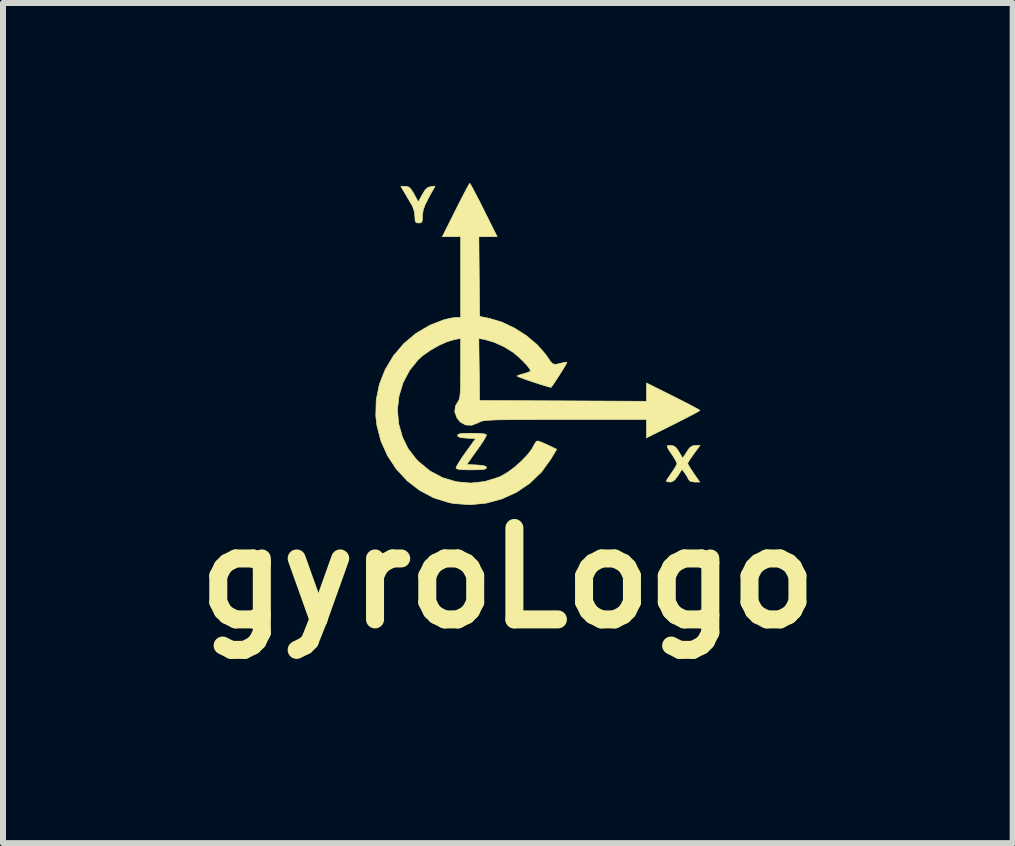
<source format=kicad_pcb>
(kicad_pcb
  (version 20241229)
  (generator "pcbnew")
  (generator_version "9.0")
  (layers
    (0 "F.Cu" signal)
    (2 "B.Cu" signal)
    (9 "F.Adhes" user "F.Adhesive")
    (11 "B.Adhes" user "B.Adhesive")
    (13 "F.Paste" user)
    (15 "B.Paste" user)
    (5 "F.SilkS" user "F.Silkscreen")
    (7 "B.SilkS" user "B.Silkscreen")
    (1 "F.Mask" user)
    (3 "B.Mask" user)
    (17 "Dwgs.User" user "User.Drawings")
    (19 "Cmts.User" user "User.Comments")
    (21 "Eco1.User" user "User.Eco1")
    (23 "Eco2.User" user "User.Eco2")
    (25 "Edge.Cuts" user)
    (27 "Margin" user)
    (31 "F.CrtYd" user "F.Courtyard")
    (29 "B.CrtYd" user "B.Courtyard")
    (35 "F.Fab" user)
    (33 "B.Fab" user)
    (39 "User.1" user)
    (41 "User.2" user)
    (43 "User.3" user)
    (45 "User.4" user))
  (footprint "gyroLogo"
    (layer "F.Cu")
    (at 5.922 2.774)
    (property "Reference" "gyroLogo" (at -0.508 3.81 0) (layer "F.SilkS") (effects (font (size 1.524 1.524) (thickness 0.3))))
    (attr through_hole)
    (fp_poly (pts (xy -1.826 -2.532) (xy -1.884 -2.418) (xy -1.917 -2.329) (xy -1.93 -2.25) (xy -1.93 -2.226) (xy -1.933 -2.154) (xy -1.945 -2.119) (xy -1.974 -2.109) (xy -1.994 -2.108) (xy -2.034 -2.113) (xy -2.052 -2.138) (xy -2.057 -2.196) (xy -2.057 -2.216) (xy -2.069 -2.305) (xy -2.097 -2.388) (xy -2.104 -2.4) (xy -2.144 -2.468) (xy -2.195 -2.554) (xy -2.22 -2.597) (xy -2.291 -2.718) (xy -2.216 -2.718) (xy -2.169 -2.711) (xy -2.132 -2.684) (xy -2.092 -2.625) (xy -2.071 -2.588) (xy -2 -2.458) (xy -1.934 -2.581) (xy -1.886 -2.659) (xy -1.842 -2.699) (xy -1.794 -2.713) (xy -1.721 -2.722) (xy -1.826 -2.532)) (stroke (width 0.01) (type solid)) (fill yes) (layer "F.SilkS"))
    (fp_poly (pts (xy -0.984 1.399) (xy -0.908 1.406) (xy -0.87 1.418) (xy -0.864 1.429) (xy -0.879 1.461) (xy -0.917 1.525) (xy -0.974 1.61) (xy -1.03 1.689) (xy -1.194 1.918) (xy -1.029 1.925) (xy -0.934 1.933) (xy -0.882 1.946) (xy -0.864 1.966) (xy -0.864 1.97) (xy -0.873 1.987) (xy -0.906 1.998) (xy -0.971 2.004) (xy -1.077 2.006) (xy -1.118 2.007) (xy -1.239 2.005) (xy -1.317 2) (xy -1.359 1.989) (xy -1.372 1.973) (xy -1.372 1.972) (xy -1.357 1.939) (xy -1.319 1.875) (xy -1.263 1.789) (xy -1.208 1.712) (xy -1.045 1.486) (xy -1.195 1.478) (xy -1.286 1.47) (xy -1.333 1.455) (xy -1.346 1.434) (xy -1.337 1.416) (xy -1.303 1.405) (xy -1.236 1.399) (xy -1.127 1.397) (xy -1.105 1.397) (xy -0.984 1.399)) (stroke (width 0.01) (type solid)) (fill yes) (layer "F.SilkS"))
    (fp_poly (pts (xy 2.592 1.739) (xy 2.54 1.812) (xy 2.503 1.87) (xy 2.489 1.9) (xy 2.503 1.93) (xy 2.539 1.989) (xy 2.589 2.064) (xy 2.59 2.066) (xy 2.691 2.21) (xy 2.604 2.21) (xy 2.534 2.198) (xy 2.503 2.165) (xy 2.477 2.113) (xy 2.441 2.059) (xy 2.394 1.998) (xy 2.327 2.104) (xy 2.273 2.175) (xy 2.223 2.206) (xy 2.197 2.21) (xy 2.149 2.204) (xy 2.134 2.194) (xy 2.147 2.166) (xy 2.183 2.111) (xy 2.223 2.054) (xy 2.27 1.984) (xy 2.302 1.928) (xy 2.311 1.903) (xy 2.298 1.868) (xy 2.264 1.808) (xy 2.24 1.77) (xy 2.183 1.686) (xy 2.153 1.636) (xy 2.148 1.61) (xy 2.166 1.601) (xy 2.206 1.6) (xy 2.259 1.609) (xy 2.301 1.643) (xy 2.344 1.707) (xy 2.406 1.813) (xy 2.474 1.707) (xy 2.522 1.639) (xy 2.567 1.608) (xy 2.617 1.6) (xy 2.694 1.6) (xy 2.592 1.739)) (stroke (width 0.01) (type solid)) (fill yes) (layer "F.SilkS"))
    (fp_poly (pts (xy -1.128 -2.747) (xy -1.094 -2.687) (xy -1.046 -2.595) (xy -0.985 -2.478) (xy -0.917 -2.343) (xy -0.908 -2.324) (xy -0.686 -1.88) (xy -0.839 -1.88) (xy -0.991 -1.88) (xy -0.985 -1.215) (xy -0.978 -0.551) (xy -0.813 -0.517) (xy -0.606 -0.455) (xy -0.397 -0.356) (xy -0.198 -0.229) (xy -0.022 -0.081) (xy 0.119 0.079) (xy 0.152 0.126) (xy 0.203 0.202) (xy 0.243 0.24) (xy 0.288 0.249) (xy 0.354 0.236) (xy 0.379 0.229) (xy 0.44 0.215) (xy 0.475 0.213) (xy 0.477 0.214) (xy 0.467 0.237) (xy 0.436 0.29) (xy 0.391 0.364) (xy 0.339 0.446) (xy 0.287 0.526) (xy 0.242 0.593) (xy 0.214 0.631) (xy 0.188 0.627) (xy 0.127 0.61) (xy 0.041 0.584) (xy -0.058 0.552) (xy -0.159 0.518) (xy -0.249 0.487) (xy -0.318 0.461) (xy -0.353 0.445) (xy -0.356 0.443) (xy -0.333 0.431) (xy -0.277 0.413) (xy -0.241 0.404) (xy -0.174 0.383) (xy -0.133 0.364) (xy -0.127 0.357) (xy -0.145 0.321) (xy -0.191 0.263) (xy -0.257 0.194) (xy -0.331 0.123) (xy -0.404 0.061) (xy -0.426 0.044) (xy -0.575 -0.047) (xy -0.737 -0.12) (xy -0.89 -0.165) (xy -0.896 -0.166) (xy -0.992 -0.184) (xy -0.985 0.334) (xy -0.978 0.851) (xy 0.413 0.857) (xy 1.803 0.864) (xy 1.803 0.559) (xy 2.248 0.781) (xy 2.385 0.85) (xy 2.504 0.911) (xy 2.6 0.962) (xy 2.665 0.998) (xy 2.692 1.015) (xy 2.692 1.016) (xy 2.671 1.031) (xy 2.61 1.065) (xy 2.518 1.113) (xy 2.401 1.174) (xy 2.267 1.242) (xy 2.248 1.251) (xy 1.803 1.473) (xy 1.803 1.321) (xy 1.803 1.168) (xy 0.445 1.168) (xy 0.148 1.168) (xy -0.103 1.169) (xy -0.312 1.169) (xy -0.483 1.171) (xy -0.62 1.172) (xy -0.728 1.175) (xy -0.81 1.179) (xy -0.871 1.183) (xy -0.916 1.189) (xy -0.948 1.197) (xy -0.972 1.206) (xy -0.992 1.216) (xy -0.996 1.219) (xy -1.107 1.263) (xy -1.211 1.259) (xy -1.301 1.21) (xy -1.355 1.143) (xy -1.393 1.039) (xy -1.381 0.942) (xy -1.346 0.882) (xy -1.329 0.856) (xy -1.316 0.825) (xy -1.307 0.781) (xy -1.301 0.716) (xy -1.297 0.623) (xy -1.296 0.495) (xy -1.295 0.323) (xy -1.295 0.317) (xy -1.295 -0.183) (xy -1.391 -0.167) (xy -1.515 -0.131) (xy -1.657 -0.068) (xy -1.801 0.015) (xy -1.931 0.106) (xy -2.001 0.169) (xy -2.145 0.347) (xy -2.254 0.553) (xy -2.322 0.776) (xy -2.348 1.005) (xy -2.329 1.231) (xy -2.326 1.244) (xy -2.264 1.462) (xy -2.173 1.649) (xy -2.046 1.816) (xy -1.996 1.869) (xy -1.806 2.025) (xy -1.594 2.138) (xy -1.368 2.205) (xy -1.132 2.227) (xy -0.895 2.202) (xy -0.66 2.129) (xy -0.618 2.11) (xy -0.51 2.047) (xy -0.394 1.961) (xy -0.281 1.86) (xy -0.181 1.756) (xy -0.107 1.659) (xy -0.079 1.606) (xy -0.048 1.551) (xy -0.019 1.525) (xy -0.016 1.524) (xy 0.021 1.534) (xy 0.087 1.561) (xy 0.159 1.594) (xy 0.306 1.664) (xy 0.21 1.825) (xy 0.052 2.044) (xy -0.141 2.229) (xy -0.362 2.379) (xy -0.606 2.49) (xy -0.865 2.561) (xy -1.134 2.588) (xy -1.407 2.568) (xy -1.493 2.552) (xy -1.746 2.472) (xy -1.978 2.349) (xy -2.187 2.188) (xy -2.367 1.993) (xy -2.513 1.772) (xy -2.623 1.527) (xy -2.691 1.265) (xy -2.709 1.109) (xy -2.702 0.841) (xy -2.649 0.581) (xy -2.552 0.335) (xy -2.416 0.108) (xy -2.245 -0.094) (xy -2.041 -0.266) (xy -1.81 -0.403) (xy -1.577 -0.493) (xy -1.485 -0.516) (xy -1.403 -0.531) (xy -1.367 -0.533) (xy -1.295 -0.533) (xy -1.295 -1.88) (xy -1.6 -1.88) (xy -1.378 -2.324) (xy -1.309 -2.461) (xy -1.248 -2.58) (xy -1.197 -2.676) (xy -1.161 -2.741) (xy -1.144 -2.768) (xy -1.143 -2.769) (xy -1.128 -2.747)) (stroke (width 0.01) (type solid)) (fill yes) (layer "F.SilkS")))
  (gr_rect
    (start -3 -3)
    (end 13.828 11.002)
    (stroke (width 0.1) (type default))
    (fill no)
    (layer "Edge.Cuts")))
</source>
